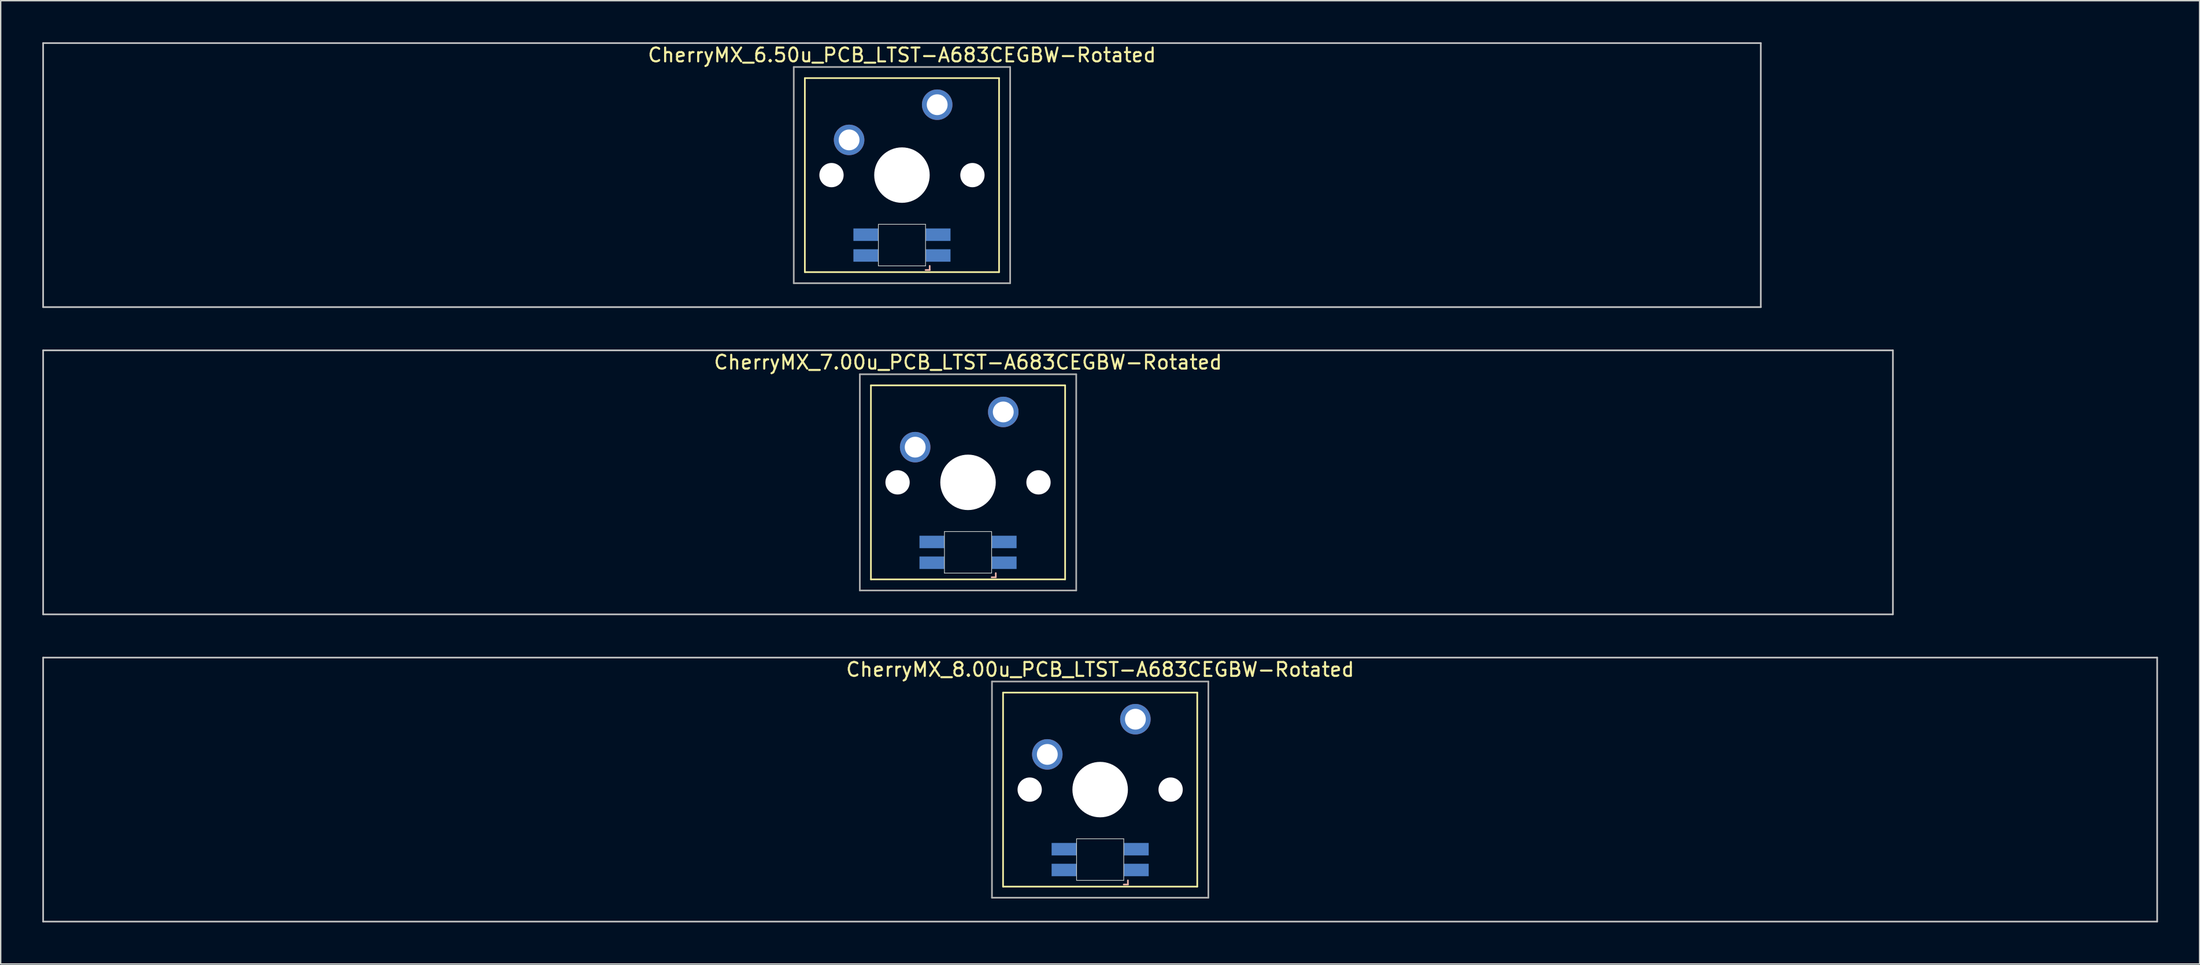
<source format=kicad_pcb>
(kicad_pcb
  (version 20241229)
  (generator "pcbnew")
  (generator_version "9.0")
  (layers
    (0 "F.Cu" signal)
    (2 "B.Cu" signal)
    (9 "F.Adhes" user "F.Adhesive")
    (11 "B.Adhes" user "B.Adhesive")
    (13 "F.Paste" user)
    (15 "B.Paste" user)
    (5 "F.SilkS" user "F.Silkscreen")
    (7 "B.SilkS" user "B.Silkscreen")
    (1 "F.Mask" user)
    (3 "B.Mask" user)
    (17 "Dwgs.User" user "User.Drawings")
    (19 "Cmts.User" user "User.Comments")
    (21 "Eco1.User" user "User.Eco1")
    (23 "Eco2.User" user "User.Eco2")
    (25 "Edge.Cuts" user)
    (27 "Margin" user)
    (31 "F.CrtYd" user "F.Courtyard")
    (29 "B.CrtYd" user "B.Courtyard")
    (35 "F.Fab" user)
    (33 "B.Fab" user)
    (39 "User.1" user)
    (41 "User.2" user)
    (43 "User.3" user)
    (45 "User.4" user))
  (footprint "CherryMX_7.00u_PCB_LTST-A683CEGBW-Rotated"
    (layer "F.Cu")
    (at 66.735 31.755)
    (property "Reference" "CherryMX_7.00u_PCB_LTST-A683CEGBW-Rotated" (at 0 -8.662 0) (layer "F.SilkS") (effects (font (size 1 1) (thickness 0.15))))
    (attr through_hole)
    (fp_line (start -7 -7) (end -7 7) (stroke (width 0.12) (type solid)) (layer "F.SilkS"))
    (fp_line (start -7 -7) (end 7 -7) (stroke (width 0.12) (type solid)) (layer "F.SilkS"))
    (fp_line (start 7 -7) (end 7 7) (stroke (width 0.12) (type solid)) (layer "F.SilkS"))
    (fp_line (start 7 7) (end -7 7) (stroke (width 0.12) (type solid)) (layer "F.SilkS"))
    (fp_line (start 1.7 6.85) (end 2 6.85) (stroke (width 0.12) (type solid)) (layer "B.SilkS"))
    (fp_line (start 2 6.85) (end 2 6.55) (stroke (width 0.12) (type solid)) (layer "B.SilkS"))
    (fp_line (start -66.675 -9.525) (end 66.675 -9.525) (stroke (width 0.12) (type solid)) (layer "Dwgs.User"))
    (fp_line (start -66.675 9.525) (end -66.675 -9.525) (stroke (width 0.12) (type solid)) (layer "Dwgs.User"))
    (fp_line (start 66.675 -9.525) (end 66.675 9.525) (stroke (width 0.12) (type solid)) (layer "Dwgs.User"))
    (fp_line (start 66.675 9.525) (end -66.675 9.525) (stroke (width 0.12) (type solid)) (layer "Dwgs.User"))
    (fp_line (start -1.7 3.55) (end 1.7 3.55) (stroke (width 0.05) (type solid)) (layer "Edge.Cuts"))
    (fp_line (start -1.7 6.55) (end -1.7 3.55) (stroke (width 0.05) (type solid)) (layer "Edge.Cuts"))
    (fp_line (start 1.7 3.55) (end 1.7 6.55) (stroke (width 0.05) (type solid)) (layer "Edge.Cuts"))
    (fp_line (start 1.7 6.55) (end -1.7 6.55) (stroke (width 0.05) (type solid)) (layer "Edge.Cuts"))
    (fp_line (start -7.8 -7.8) (end -7.8 7.8) (stroke (width 0.12) (type solid)) (layer "F.Fab"))
    (fp_line (start -7.8 -7.8) (end 7.8 -7.8) (stroke (width 0.12) (type solid)) (layer "F.Fab"))
    (fp_line (start -7.8 7.8) (end 7.8 7.8) (stroke (width 0.12) (type solid)) (layer "F.Fab"))
    (fp_line (start 7.8 -7.8) (end 7.8 7.8) (stroke (width 0.12) (type solid)) (layer "F.Fab"))
    (pad "" np_thru_hole circle (at -5.08 0) (size 1.75 1.75) (drill 1.75) (layers "*.Cu" "*.Mask"))
    (pad "" np_thru_hole circle (at 0 0) (size 4 4) (drill 4) (layers "*.Cu" "*.Mask"))
    (pad "" np_thru_hole circle (at 5.08 0) (size 1.75 1.75) (drill 1.75) (layers "*.Cu" "*.Mask"))
    (pad "1" thru_hole circle (at -3.81 -2.54) (size 2.2 2.2) (drill 1.5) (layers "*.Cu" "*.Mask"))
    (pad "2" thru_hole circle (at 2.54 -5.08) (size 2.2 2.2) (drill 1.5) (layers "*.Cu" "*.Mask"))
    (pad "3" smd rect (at 2.6 5.8) (size 1.8 0.9) (layers "B.Cu" "B.Mask" "B.Paste"))
    (pad "4" smd rect (at 2.6 4.3) (size 1.8 0.9) (layers "B.Cu" "B.Mask" "B.Paste"))
    (pad "5" smd rect (at -2.6 5.8) (size 1.8 0.9) (layers "B.Cu" "B.Mask" "B.Paste"))
    (pad "6" smd rect (at -2.6 4.3) (size 1.8 0.9) (layers "B.Cu" "B.Mask" "B.Paste")))
  (footprint "CherryMX_8.00u_PCB_LTST-A683CEGBW-Rotated"
    (layer "F.Cu")
    (at 76.26 53.925)
    (property "Reference" "CherryMX_8.00u_PCB_LTST-A683CEGBW-Rotated" (at 0 -8.662 0) (layer "F.SilkS") (effects (font (size 1 1) (thickness 0.15))))
    (attr through_hole)
    (fp_line (start -7 -7) (end -7 7) (stroke (width 0.12) (type solid)) (layer "F.SilkS"))
    (fp_line (start -7 -7) (end 7 -7) (stroke (width 0.12) (type solid)) (layer "F.SilkS"))
    (fp_line (start 7 -7) (end 7 7) (stroke (width 0.12) (type solid)) (layer "F.SilkS"))
    (fp_line (start 7 7) (end -7 7) (stroke (width 0.12) (type solid)) (layer "F.SilkS"))
    (fp_line (start 1.7 6.85) (end 2 6.85) (stroke (width 0.12) (type solid)) (layer "B.SilkS"))
    (fp_line (start 2 6.85) (end 2 6.55) (stroke (width 0.12) (type solid)) (layer "B.SilkS"))
    (fp_line (start -76.2 -9.525) (end 76.2 -9.525) (stroke (width 0.12) (type solid)) (layer "Dwgs.User"))
    (fp_line (start -76.2 9.525) (end -76.2 -9.525) (stroke (width 0.12) (type solid)) (layer "Dwgs.User"))
    (fp_line (start 76.2 -9.525) (end 76.2 9.525) (stroke (width 0.12) (type solid)) (layer "Dwgs.User"))
    (fp_line (start 76.2 9.525) (end -76.2 9.525) (stroke (width 0.12) (type solid)) (layer "Dwgs.User"))
    (fp_line (start -1.7 3.55) (end 1.7 3.55) (stroke (width 0.05) (type solid)) (layer "Edge.Cuts"))
    (fp_line (start -1.7 6.55) (end -1.7 3.55) (stroke (width 0.05) (type solid)) (layer "Edge.Cuts"))
    (fp_line (start 1.7 3.55) (end 1.7 6.55) (stroke (width 0.05) (type solid)) (layer "Edge.Cuts"))
    (fp_line (start 1.7 6.55) (end -1.7 6.55) (stroke (width 0.05) (type solid)) (layer "Edge.Cuts"))
    (fp_line (start -7.8 -7.8) (end -7.8 7.8) (stroke (width 0.12) (type solid)) (layer "F.Fab"))
    (fp_line (start -7.8 -7.8) (end 7.8 -7.8) (stroke (width 0.12) (type solid)) (layer "F.Fab"))
    (fp_line (start -7.8 7.8) (end 7.8 7.8) (stroke (width 0.12) (type solid)) (layer "F.Fab"))
    (fp_line (start 7.8 -7.8) (end 7.8 7.8) (stroke (width 0.12) (type solid)) (layer "F.Fab"))
    (pad "" np_thru_hole circle (at -5.08 0) (size 1.75 1.75) (drill 1.75) (layers "*.Cu" "*.Mask"))
    (pad "" np_thru_hole circle (at 0 0) (size 4 4) (drill 4) (layers "*.Cu" "*.Mask"))
    (pad "" np_thru_hole circle (at 5.08 0) (size 1.75 1.75) (drill 1.75) (layers "*.Cu" "*.Mask"))
    (pad "1" thru_hole circle (at -3.81 -2.54) (size 2.2 2.2) (drill 1.5) (layers "*.Cu" "*.Mask"))
    (pad "2" thru_hole circle (at 2.54 -5.08) (size 2.2 2.2) (drill 1.5) (layers "*.Cu" "*.Mask"))
    (pad "3" smd rect (at 2.6 5.8) (size 1.8 0.9) (layers "B.Cu" "B.Mask" "B.Paste"))
    (pad "4" smd rect (at 2.6 4.3) (size 1.8 0.9) (layers "B.Cu" "B.Mask" "B.Paste"))
    (pad "5" smd rect (at -2.6 5.8) (size 1.8 0.9) (layers "B.Cu" "B.Mask" "B.Paste"))
    (pad "6" smd rect (at -2.6 4.3) (size 1.8 0.9) (layers "B.Cu" "B.Mask" "B.Paste")))
  (footprint "CherryMX_6.50u_PCB_LTST-A683CEGBW-Rotated"
    (layer "F.Cu")
    (at 61.972 9.585)
    (property "Reference" "CherryMX_6.50u_PCB_LTST-A683CEGBW-Rotated" (at 0 -8.662 0) (layer "F.SilkS") (effects (font (size 1 1) (thickness 0.15))))
    (attr through_hole)
    (fp_line (start -7 -7) (end -7 7) (stroke (width 0.12) (type solid)) (layer "F.SilkS"))
    (fp_line (start -7 -7) (end 7 -7) (stroke (width 0.12) (type solid)) (layer "F.SilkS"))
    (fp_line (start 7 -7) (end 7 7) (stroke (width 0.12) (type solid)) (layer "F.SilkS"))
    (fp_line (start 7 7) (end -7 7) (stroke (width 0.12) (type solid)) (layer "F.SilkS"))
    (fp_line (start 1.7 6.85) (end 2 6.85) (stroke (width 0.12) (type solid)) (layer "B.SilkS"))
    (fp_line (start 2 6.85) (end 2 6.55) (stroke (width 0.12) (type solid)) (layer "B.SilkS"))
    (fp_line (start -61.913 -9.525) (end 61.913 -9.525) (stroke (width 0.12) (type solid)) (layer "Dwgs.User"))
    (fp_line (start -61.913 9.525) (end -61.913 -9.525) (stroke (width 0.12) (type solid)) (layer "Dwgs.User"))
    (fp_line (start 61.913 -9.525) (end 61.913 9.525) (stroke (width 0.12) (type solid)) (layer "Dwgs.User"))
    (fp_line (start 61.913 9.525) (end -61.913 9.525) (stroke (width 0.12) (type solid)) (layer "Dwgs.User"))
    (fp_line (start -1.7 3.55) (end 1.7 3.55) (stroke (width 0.05) (type solid)) (layer "Edge.Cuts"))
    (fp_line (start -1.7 6.55) (end -1.7 3.55) (stroke (width 0.05) (type solid)) (layer "Edge.Cuts"))
    (fp_line (start 1.7 3.55) (end 1.7 6.55) (stroke (width 0.05) (type solid)) (layer "Edge.Cuts"))
    (fp_line (start 1.7 6.55) (end -1.7 6.55) (stroke (width 0.05) (type solid)) (layer "Edge.Cuts"))
    (fp_line (start -7.8 -7.8) (end -7.8 7.8) (stroke (width 0.12) (type solid)) (layer "F.Fab"))
    (fp_line (start -7.8 -7.8) (end 7.8 -7.8) (stroke (width 0.12) (type solid)) (layer "F.Fab"))
    (fp_line (start -7.8 7.8) (end 7.8 7.8) (stroke (width 0.12) (type solid)) (layer "F.Fab"))
    (fp_line (start 7.8 -7.8) (end 7.8 7.8) (stroke (width 0.12) (type solid)) (layer "F.Fab"))
    (pad "" np_thru_hole circle (at -5.08 0) (size 1.75 1.75) (drill 1.75) (layers "*.Cu" "*.Mask"))
    (pad "" np_thru_hole circle (at 0 0) (size 4 4) (drill 4) (layers "*.Cu" "*.Mask"))
    (pad "" np_thru_hole circle (at 5.08 0) (size 1.75 1.75) (drill 1.75) (layers "*.Cu" "*.Mask"))
    (pad "1" thru_hole circle (at -3.81 -2.54) (size 2.2 2.2) (drill 1.5) (layers "*.Cu" "*.Mask"))
    (pad "2" thru_hole circle (at 2.54 -5.08) (size 2.2 2.2) (drill 1.5) (layers "*.Cu" "*.Mask"))
    (pad "3" smd rect (at 2.6 5.8) (size 1.8 0.9) (layers "B.Cu" "B.Mask" "B.Paste"))
    (pad "4" smd rect (at 2.6 4.3) (size 1.8 0.9) (layers "B.Cu" "B.Mask" "B.Paste"))
    (pad "5" smd rect (at -2.6 5.8) (size 1.8 0.9) (layers "B.Cu" "B.Mask" "B.Paste"))
    (pad "6" smd rect (at -2.6 4.3) (size 1.8 0.9) (layers "B.Cu" "B.Mask" "B.Paste")))
  (gr_rect
    (start -3 -3)
    (end 155.52 66.51)
    (stroke (width 0.1) (type default))
    (fill no)
    (layer "Edge.Cuts")))
</source>
